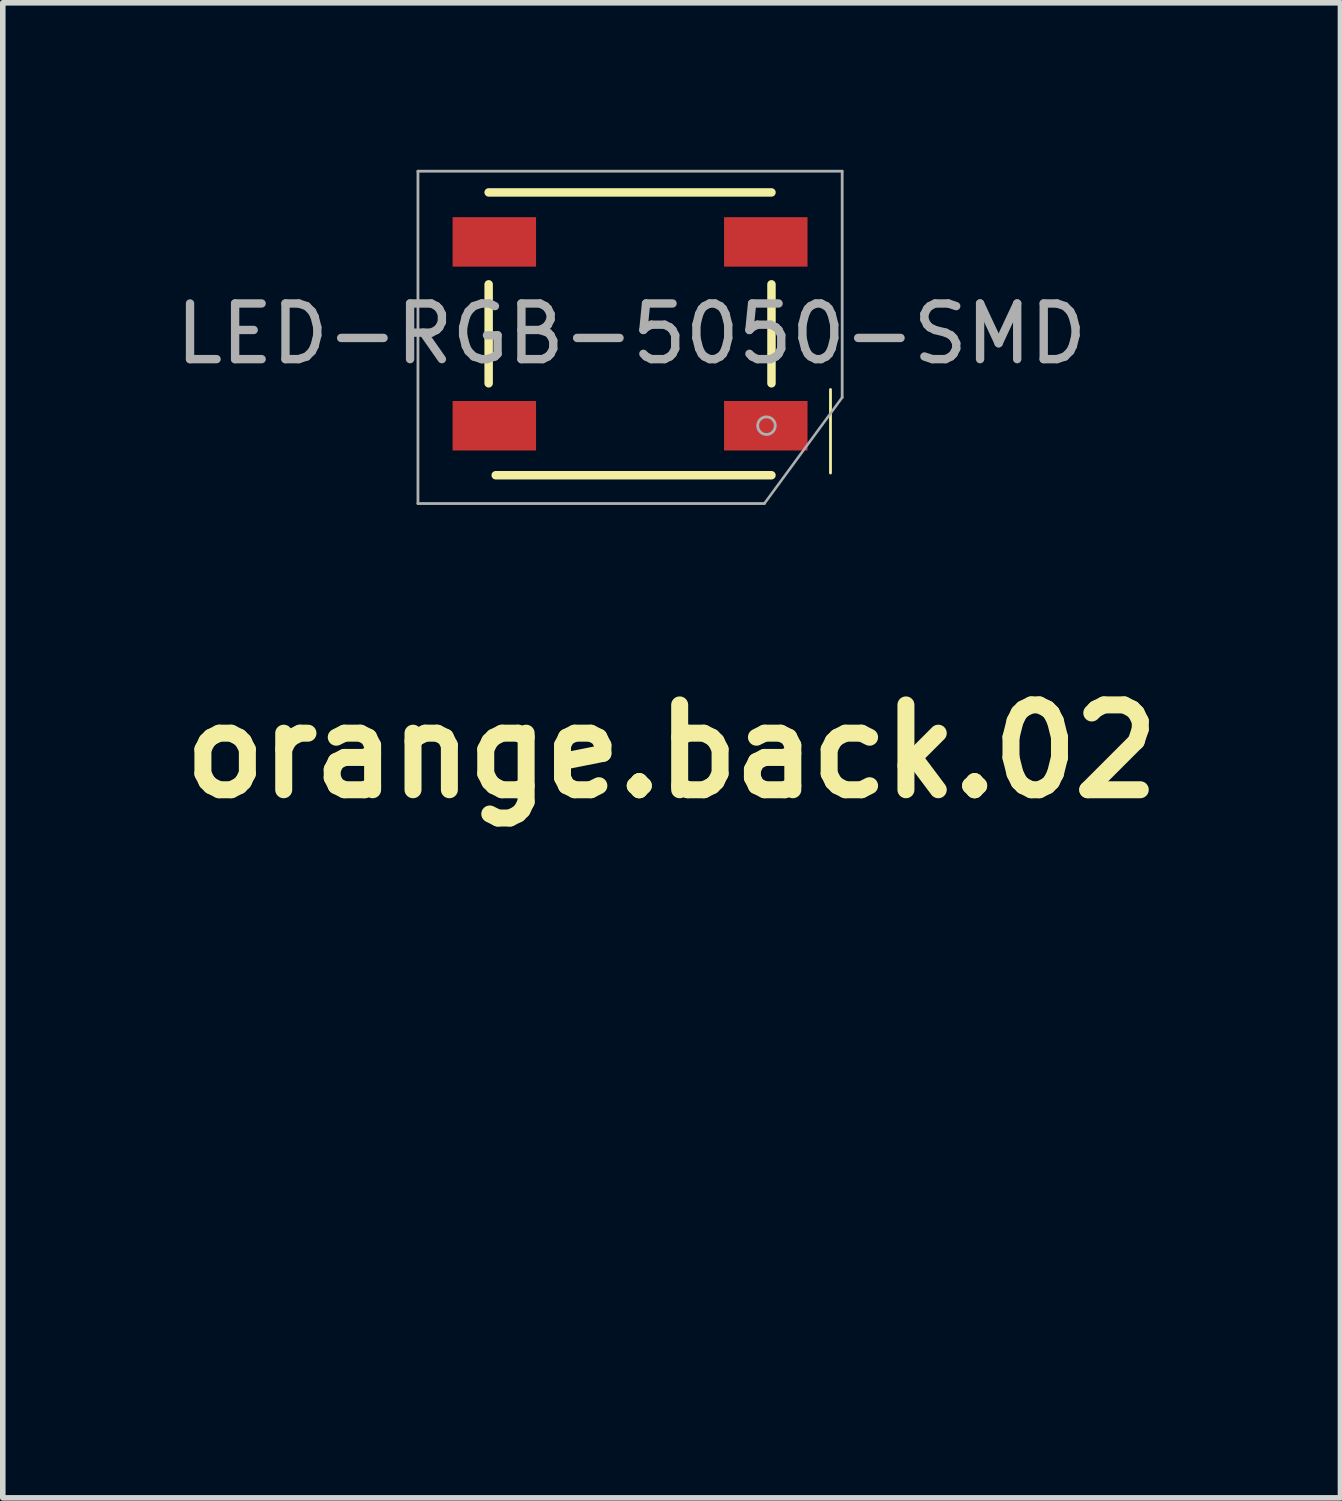
<source format=kicad_pcb>
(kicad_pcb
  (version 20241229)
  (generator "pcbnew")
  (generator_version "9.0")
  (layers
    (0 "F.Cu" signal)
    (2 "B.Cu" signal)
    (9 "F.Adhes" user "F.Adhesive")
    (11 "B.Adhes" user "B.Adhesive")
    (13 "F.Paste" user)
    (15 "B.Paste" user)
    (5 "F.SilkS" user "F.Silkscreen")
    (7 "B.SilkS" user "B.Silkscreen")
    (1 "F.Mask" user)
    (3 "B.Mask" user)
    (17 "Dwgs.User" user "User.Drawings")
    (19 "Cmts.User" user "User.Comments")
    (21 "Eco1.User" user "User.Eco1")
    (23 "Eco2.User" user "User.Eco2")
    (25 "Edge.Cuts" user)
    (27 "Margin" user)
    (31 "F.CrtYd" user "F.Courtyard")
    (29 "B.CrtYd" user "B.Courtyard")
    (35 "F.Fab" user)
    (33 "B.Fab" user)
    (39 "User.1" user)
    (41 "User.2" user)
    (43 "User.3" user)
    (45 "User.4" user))
  (footprint "orange.back.02"
    (layer "F.Cu")
    (at 9.013 17.052)
    (property "Reference" "orange.back.02" (at 0 -6.606 0) (layer "F.SilkS") (effects (font (size 1.524 1.524) (thickness 0.305))))
    (attr smd)
    (fp_poly (pts (xy 3.558 -0.000137) (xy 3.54 0.364) (xy 3.486 0.717) (xy 3.398 1.058) (xy 3.278 1.385) (xy 3.128 1.696) (xy 2.95 1.989) (xy 2.745 2.263) (xy 2.516 2.516) (xy 2.263 2.745) (xy 1.989 2.95) (xy 1.696 3.128) (xy 1.385 3.278) (xy 1.058 3.398) (xy 0.717 3.486) (xy 0.364 3.539) (xy -0.000003 3.558) (xy -0.364 3.539) (xy -0.717 3.486) (xy -1.058 3.398) (xy -1.385 3.278) (xy -1.696 3.128) (xy -1.989 2.95) (xy -2.263 2.745) (xy -2.516 2.516) (xy -2.745 2.263) (xy -2.95 1.989) (xy -3.128 1.696) (xy -3.278 1.385) (xy -3.398 1.058) (xy -3.486 0.717) (xy -3.54 0.364) (xy -3.558 -0.000137) (xy -3.54 -0.364) (xy -3.486 -0.717) (xy -3.398 -1.058) (xy -3.278 -1.385) (xy -3.128 -1.696) (xy -2.95 -1.989) (xy -2.745 -2.263) (xy -2.516 -2.516) (xy -2.263 -2.746) (xy -1.989 -2.95) (xy -1.696 -3.129) (xy -1.385 -3.278) (xy -1.058 -3.398) (xy -0.717 -3.486) (xy -0.364 -3.54) (xy 0 -3.558) (xy 0.364 -3.54) (xy 0.717 -3.486) (xy 1.058 -3.398) (xy 1.385 -3.278) (xy 1.696 -3.129) (xy 1.989 -2.95) (xy 2.263 -2.746) (xy 2.516 -2.516) (xy 2.745 -2.263) (xy 2.95 -1.989) (xy 3.128 -1.696) (xy 3.278 -1.385) (xy 3.398 -1.058) (xy 3.486 -0.717) (xy 3.54 -0.364) (xy 3.558 -0.000137) (xy 3.558 -0.000137)) (stroke (width 0.49) (type solid)) (fill yes) (layer "B.Mask")))
  (footprint "LED-RGB-5050-SMD"
    (layer "F.Cu")
    (at 8.267 2.946)
    (property "Reference" "LED-RGB-5050-SMD" (at 0.025 0 0) (layer "F.Fab") (effects (font (size 1 1) (thickness 0.15))))
    (attr through_hole)
    (fp_line (start -2.54 -2.54) (end 2.54 -2.54) (stroke (width 0.152) (type solid)) (layer "F.SilkS"))
    (fp_line (start -2.54 -0.889) (end -2.54 0.889) (stroke (width 0.152) (type solid)) (layer "F.SilkS"))
    (fp_line (start 2.54 -0.889) (end 2.54 0.889) (stroke (width 0.152) (type solid)) (layer "F.SilkS"))
    (fp_line (start 2.54 2.54) (end -2.413 2.54) (stroke (width 0.152) (type solid)) (layer "F.SilkS"))
    (fp_line (start 3.6 1) (end 3.6 2.5) (stroke (width 0.05) (type solid)) (layer "F.SilkS"))
    (fp_line (start -3.81 -2.921) (end -3.81 3.048) (stroke (width 0.05) (type solid)) (layer "F.Fab"))
    (fp_line (start -3.81 3.048) (end 2.413 3.048) (stroke (width 0.05) (type solid)) (layer "F.Fab"))
    (fp_line (start 2.413 3.048) (end 3.81 1.143) (stroke (width 0.046) (type solid)) (layer "F.Fab"))
    (fp_line (start 3.81 -2.921) (end -3.81 -2.921) (stroke (width 0.05) (type solid)) (layer "F.Fab"))
    (fp_line (start 3.81 1.143) (end 3.81 -2.921) (stroke (width 0.05) (type solid)) (layer "F.Fab"))
    (fp_circle (center 2.45 1.65) (end 2.5 1.8) (stroke (width 0.05) (type solid)) (fill no) (layer "F.Fab"))
    (pad "1" smd rect (at 2.438 1.651) (size 1.499 0.889) (layers "F.Cu" "F.Mask" "F.Paste"))
    (pad "2" smd rect (at 2.438 -1.651) (size 1.499 0.889) (layers "F.Cu" "F.Mask" "F.Paste"))
    (pad "3" smd rect (at -2.438 -1.651) (size 1.499 0.889) (layers "F.Cu" "F.Mask" "F.Paste"))
    (pad "4" smd rect (at -2.438 1.651) (size 1.499 0.889) (layers "F.Cu" "F.Mask" "F.Paste")))
  (gr_rect
    (start -3 -3)
    (end 21.027 23.854)
    (stroke (width 0.1) (type default))
    (fill no)
    (layer "Edge.Cuts")))
</source>
